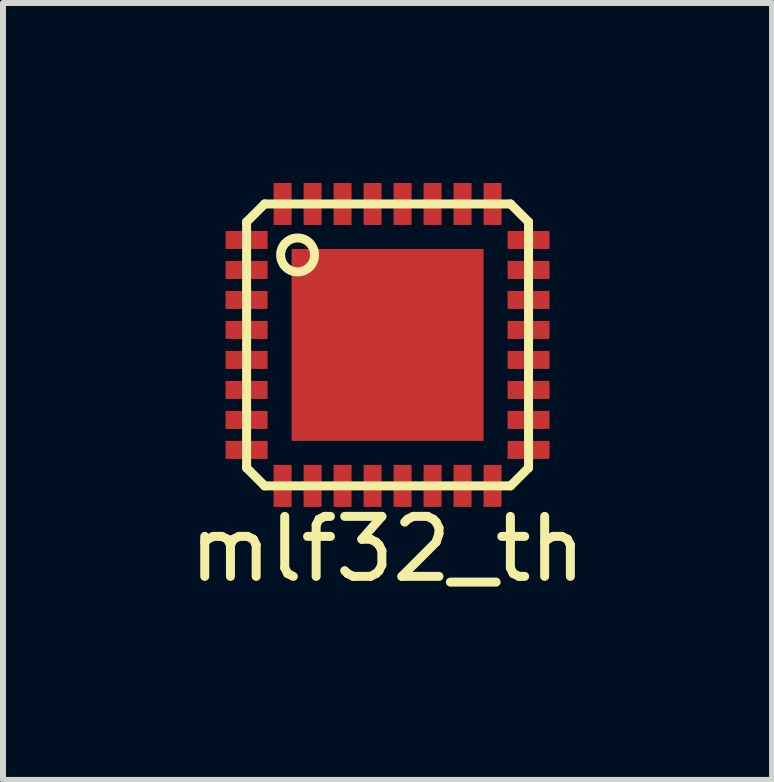
<source format=kicad_pcb>
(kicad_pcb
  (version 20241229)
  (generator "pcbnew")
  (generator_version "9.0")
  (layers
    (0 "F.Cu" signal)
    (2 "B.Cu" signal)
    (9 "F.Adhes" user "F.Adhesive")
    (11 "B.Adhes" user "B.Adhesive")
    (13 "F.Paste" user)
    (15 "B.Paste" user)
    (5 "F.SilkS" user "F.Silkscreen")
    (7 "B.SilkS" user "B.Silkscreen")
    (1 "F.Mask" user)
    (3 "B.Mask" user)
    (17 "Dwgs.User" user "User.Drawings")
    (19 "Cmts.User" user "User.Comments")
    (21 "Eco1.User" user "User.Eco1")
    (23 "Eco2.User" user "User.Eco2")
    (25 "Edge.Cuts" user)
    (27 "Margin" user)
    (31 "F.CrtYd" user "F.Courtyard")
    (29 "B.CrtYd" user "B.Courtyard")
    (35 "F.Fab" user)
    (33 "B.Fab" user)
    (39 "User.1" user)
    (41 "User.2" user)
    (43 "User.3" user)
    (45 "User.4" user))
  (footprint "mlf32_th"
    (layer "F.Cu")
    (at 3.411 2.7)
    (property "Reference" "mlf32_th" (at 0 3.404 0) (layer "F.SilkS") (effects (font (size 1 1) (thickness 0.15))))
    (attr through_hole)
    (fp_line (start -2.35 -2.05) (end -2.35 2.05) (stroke (width 0.15) (type solid)) (layer "F.SilkS"))
    (fp_line (start -2.35 -2.05) (end -2.05 -2.35) (stroke (width 0.15) (type solid)) (layer "F.SilkS"))
    (fp_line (start -2.35 2.05) (end -2.05 2.35) (stroke (width 0.15) (type solid)) (layer "F.SilkS"))
    (fp_line (start -2.05 -2.35) (end 2.05 -2.35) (stroke (width 0.15) (type solid)) (layer "F.SilkS"))
    (fp_line (start -2.05 2.35) (end 2.05 2.35) (stroke (width 0.15) (type solid)) (layer "F.SilkS"))
    (fp_line (start 2.05 -2.35) (end 2.35 -2.05) (stroke (width 0.15) (type solid)) (layer "F.SilkS"))
    (fp_line (start 2.35 -2.05) (end 2.35 2.05) (stroke (width 0.15) (type solid)) (layer "F.SilkS"))
    (fp_line (start 2.35 2.05) (end 2.05 2.35) (stroke (width 0.15) (type solid)) (layer "F.SilkS"))
    (fp_circle (center -1.5 -1.5) (end -1.7 -1.7) (stroke (width 0.15) (type solid)) (fill no) (layer "F.SilkS"))
    (pad "1" smd rect (at -2.35 -1.75) (size 0.7 0.3) (layers "F.Cu" "F.Mask" "F.Paste"))
    (pad "2" smd rect (at -2.35 -1.25) (size 0.7 0.3) (layers "F.Cu" "F.Mask" "F.Paste"))
    (pad "3" smd rect (at -2.35 -0.75) (size 0.7 0.3) (layers "F.Cu" "F.Mask" "F.Paste"))
    (pad "4" smd rect (at -2.35 -0.25) (size 0.7 0.3) (layers "F.Cu" "F.Mask" "F.Paste"))
    (pad "5" smd rect (at -2.35 0.25) (size 0.7 0.3) (layers "F.Cu" "F.Mask" "F.Paste"))
    (pad "6" smd rect (at -2.35 0.75) (size 0.7 0.3) (layers "F.Cu" "F.Mask" "F.Paste"))
    (pad "7" smd rect (at -2.35 1.25) (size 0.7 0.3) (layers "F.Cu" "F.Mask" "F.Paste"))
    (pad "8" smd rect (at -2.35 1.75) (size 0.7 0.3) (layers "F.Cu" "F.Mask" "F.Paste"))
    (pad "9" smd rect (at -1.75 2.35 90) (size 0.7 0.3) (layers "F.Cu" "F.Mask" "F.Paste"))
    (pad "10" smd rect (at -1.25 2.35 90) (size 0.7 0.3) (layers "F.Cu" "F.Mask" "F.Paste"))
    (pad "11" smd rect (at -0.75 2.35 90) (size 0.7 0.3) (layers "F.Cu" "F.Mask" "F.Paste"))
    (pad "12" smd rect (at -0.25 2.35 90) (size 0.7 0.3) (layers "F.Cu" "F.Mask" "F.Paste"))
    (pad "13" smd rect (at 0.25 2.35 90) (size 0.7 0.3) (layers "F.Cu" "F.Mask" "F.Paste"))
    (pad "14" smd rect (at 0.75 2.35 90) (size 0.7 0.3) (layers "F.Cu" "F.Mask" "F.Paste"))
    (pad "15" smd rect (at 1.25 2.35 90) (size 0.7 0.3) (layers "F.Cu" "F.Mask" "F.Paste"))
    (pad "16" smd rect (at 1.75 2.35 90) (size 0.7 0.3) (layers "F.Cu" "F.Mask" "F.Paste"))
    (pad "17" smd rect (at 2.35 1.75) (size 0.7 0.3) (layers "F.Cu" "F.Mask" "F.Paste"))
    (pad "18" smd rect (at 2.35 1.25) (size 0.7 0.3) (layers "F.Cu" "F.Mask" "F.Paste"))
    (pad "19" smd rect (at 2.35 0.75) (size 0.7 0.3) (layers "F.Cu" "F.Mask" "F.Paste"))
    (pad "20" smd rect (at 2.35 0.25) (size 0.7 0.3) (layers "F.Cu" "F.Mask" "F.Paste"))
    (pad "21" smd rect (at 2.35 -0.25) (size 0.7 0.3) (layers "F.Cu" "F.Mask" "F.Paste"))
    (pad "22" smd rect (at 2.35 -0.75) (size 0.7 0.3) (layers "F.Cu" "F.Mask" "F.Paste"))
    (pad "23" smd rect (at 2.35 -1.25) (size 0.7 0.3) (layers "F.Cu" "F.Mask" "F.Paste"))
    (pad "24" smd rect (at 2.35 -1.75) (size 0.7 0.3) (layers "F.Cu" "F.Mask" "F.Paste"))
    (pad "25" smd rect (at 1.75 -2.35 90) (size 0.7 0.3) (layers "F.Cu" "F.Mask" "F.Paste"))
    (pad "26" smd rect (at 1.25 -2.35 90) (size 0.7 0.3) (layers "F.Cu" "F.Mask" "F.Paste"))
    (pad "27" smd rect (at 0.75 -2.35 90) (size 0.7 0.3) (layers "F.Cu" "F.Mask" "F.Paste"))
    (pad "28" smd rect (at 0.25 -2.35 90) (size 0.7 0.3) (layers "F.Cu" "F.Mask" "F.Paste"))
    (pad "29" smd rect (at -0.25 -2.35 90) (size 0.7 0.3) (layers "F.Cu" "F.Mask" "F.Paste"))
    (pad "30" smd rect (at -0.75 -2.35 90) (size 0.7 0.3) (layers "F.Cu" "F.Mask" "F.Paste"))
    (pad "31" smd rect (at -1.25 -2.35 90) (size 0.7 0.3) (layers "F.Cu" "F.Mask" "F.Paste"))
    (pad "32" smd rect (at -1.75 -2.35 90) (size 0.7 0.3) (layers "F.Cu" "F.Mask" "F.Paste"))
    (pad "33" smd rect (at 0 0) (size 3.2 3.2) (layers "F.Cu" "F.Mask" "F.Paste")))
  (gr_rect
    (start -3 -3)
    (end 9.821 9.952)
    (stroke (width 0.1) (type default))
    (fill no)
    (layer "Edge.Cuts")))
</source>
